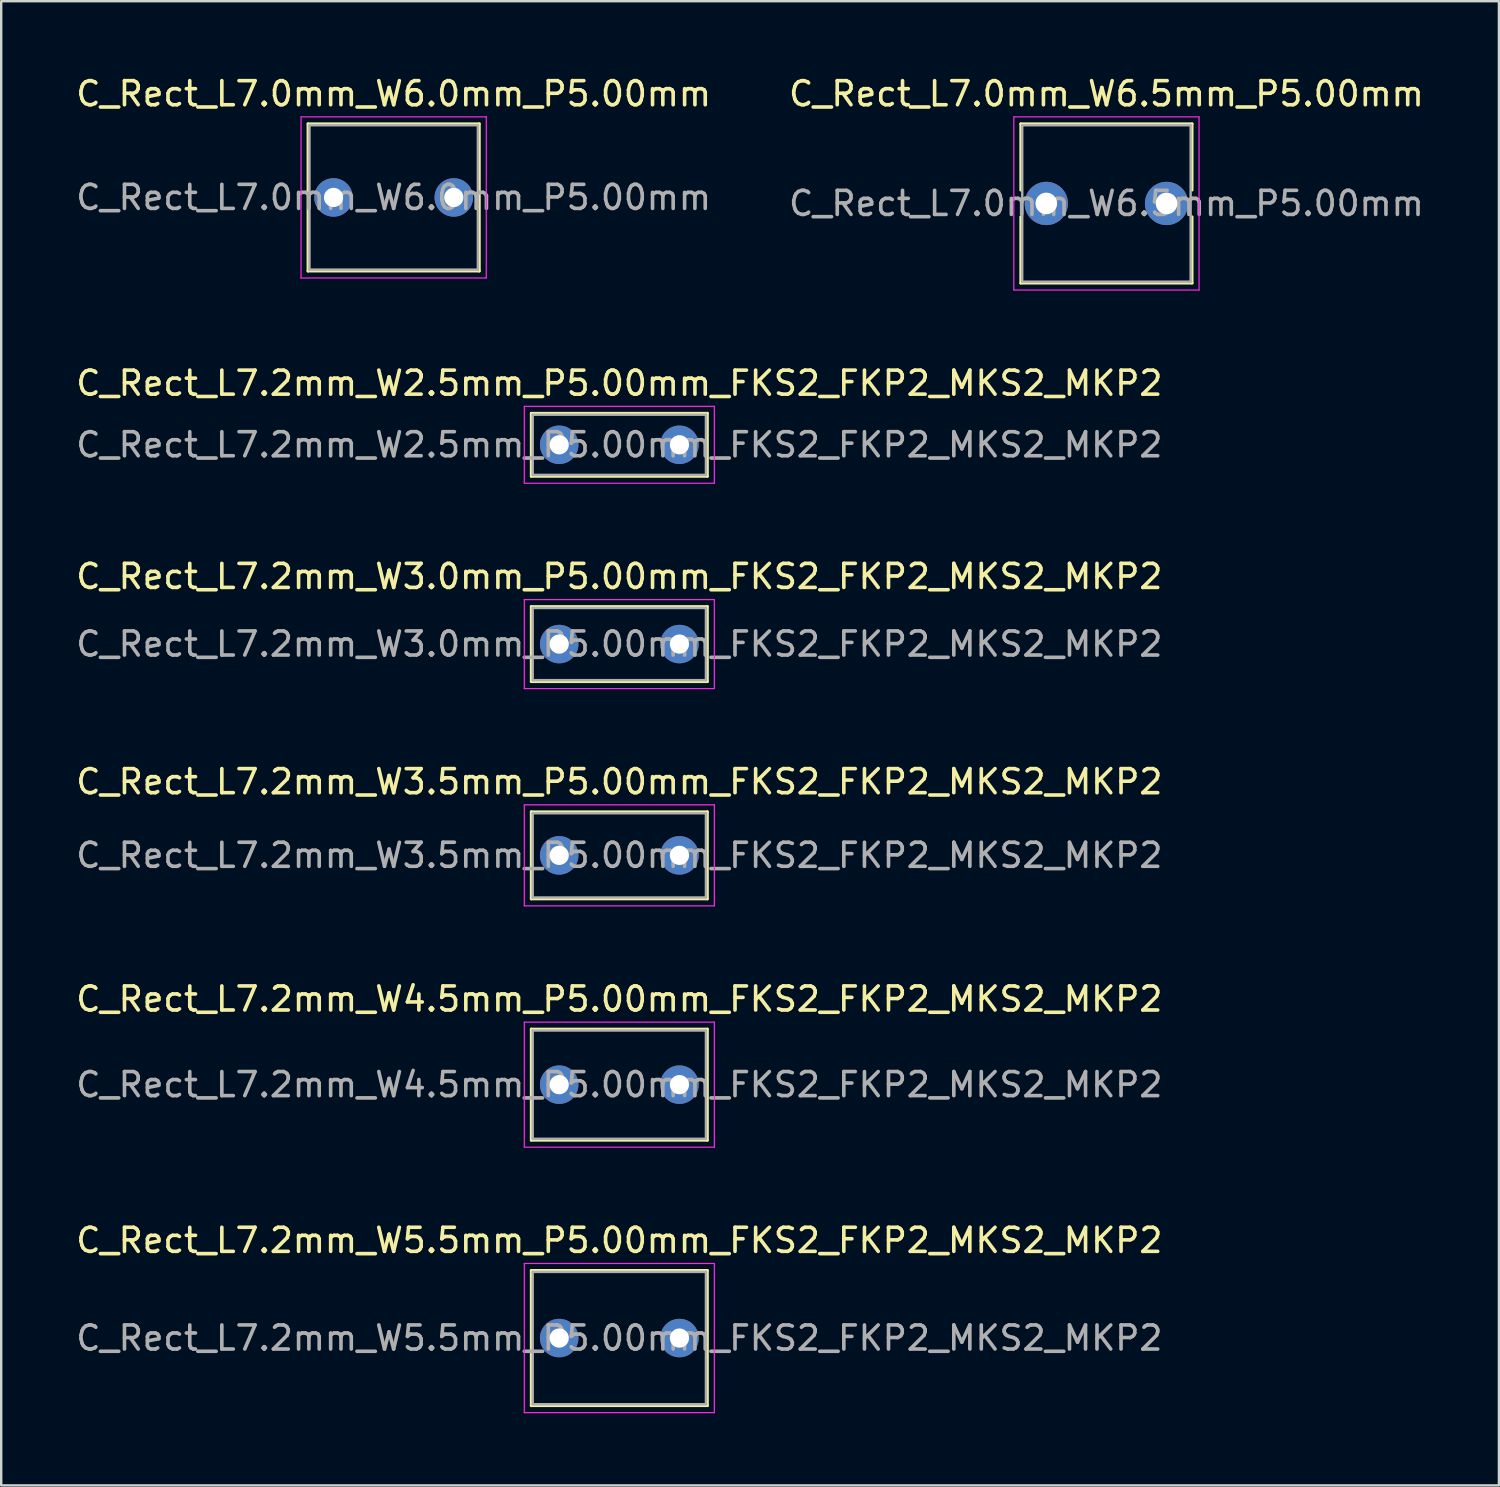
<source format=kicad_pcb>
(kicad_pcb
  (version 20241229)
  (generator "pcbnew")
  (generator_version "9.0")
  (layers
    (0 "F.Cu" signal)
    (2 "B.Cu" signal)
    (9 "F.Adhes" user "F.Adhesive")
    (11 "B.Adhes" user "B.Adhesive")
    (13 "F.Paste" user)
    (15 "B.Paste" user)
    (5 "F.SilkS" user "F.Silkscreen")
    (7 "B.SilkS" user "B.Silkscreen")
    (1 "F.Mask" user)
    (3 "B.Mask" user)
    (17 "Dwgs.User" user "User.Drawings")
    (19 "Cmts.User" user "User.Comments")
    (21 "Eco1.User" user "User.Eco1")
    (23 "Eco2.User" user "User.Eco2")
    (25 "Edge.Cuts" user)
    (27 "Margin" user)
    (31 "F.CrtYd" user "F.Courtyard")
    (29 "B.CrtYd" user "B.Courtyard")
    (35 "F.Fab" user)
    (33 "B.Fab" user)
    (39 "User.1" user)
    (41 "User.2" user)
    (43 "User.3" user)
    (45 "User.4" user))
  (footprint "C_Rect_L7.2mm_W3.0mm_P5.00mm_FKS2_FKP2_MKS2_MKP2"
    (layer "F.Cu")
    (at 20.196 23.725)
    (property "Reference" "C_Rect_L7.2mm_W3.0mm_P5.00mm_FKS2_FKP2_MKS2_MKP2" (at 2.5 -2.81 0) (layer "F.SilkS") (effects (font (size 1 1) (thickness 0.15))))
    (attr through_hole)
    (fp_line (start -1.16 -1.56) (end -1.16 1.56) (stroke (width 0.12) (type solid)) (layer "F.SilkS"))
    (fp_line (start -1.16 -1.56) (end 6.16 -1.56) (stroke (width 0.12) (type solid)) (layer "F.SilkS"))
    (fp_line (start -1.16 1.56) (end 6.16 1.56) (stroke (width 0.12) (type solid)) (layer "F.SilkS"))
    (fp_line (start 6.16 -1.56) (end 6.16 1.56) (stroke (width 0.12) (type solid)) (layer "F.SilkS"))
    (fp_line (start -1.45 -1.85) (end -1.45 1.85) (stroke (width 0.05) (type solid)) (layer "F.CrtYd"))
    (fp_line (start -1.45 1.85) (end 6.45 1.85) (stroke (width 0.05) (type solid)) (layer "F.CrtYd"))
    (fp_line (start 6.45 -1.85) (end -1.45 -1.85) (stroke (width 0.05) (type solid)) (layer "F.CrtYd"))
    (fp_line (start 6.45 1.85) (end 6.45 -1.85) (stroke (width 0.05) (type solid)) (layer "F.CrtYd"))
    (fp_line (start -1.1 -1.5) (end -1.1 1.5) (stroke (width 0.1) (type solid)) (layer "F.Fab"))
    (fp_line (start -1.1 1.5) (end 6.1 1.5) (stroke (width 0.1) (type solid)) (layer "F.Fab"))
    (fp_line (start 6.1 -1.5) (end -1.1 -1.5) (stroke (width 0.1) (type solid)) (layer "F.Fab"))
    (fp_line (start 6.1 1.5) (end 6.1 -1.5) (stroke (width 0.1) (type solid)) (layer "F.Fab"))
    (fp_text user "${REFERENCE}" (at 2.5 0 0) (layer "F.Fab") (effects (font (size 1 1) (thickness 0.15))))
    (pad "1" thru_hole circle (at 0 0) (size 1.6 1.6) (drill 0.8) (layers "*.Cu" "*.Mask"))
    (pad "2" thru_hole circle (at 5 0) (size 1.6 1.6) (drill 0.8) (layers "*.Cu" "*.Mask")))
  (footprint "C_Rect_L7.2mm_W4.5mm_P5.00mm_FKS2_FKP2_MKS2_MKP2"
    (layer "F.Cu")
    (at 20.196 42.041)
    (property "Reference" "C_Rect_L7.2mm_W4.5mm_P5.00mm_FKS2_FKP2_MKS2_MKP2" (at 2.5 -3.56 0) (layer "F.SilkS") (effects (font (size 1 1) (thickness 0.15))))
    (attr through_hole)
    (fp_line (start -1.16 -2.31) (end -1.16 2.31) (stroke (width 0.12) (type solid)) (layer "F.SilkS"))
    (fp_line (start -1.16 -2.31) (end 6.16 -2.31) (stroke (width 0.12) (type solid)) (layer "F.SilkS"))
    (fp_line (start -1.16 2.31) (end 6.16 2.31) (stroke (width 0.12) (type solid)) (layer "F.SilkS"))
    (fp_line (start 6.16 -2.31) (end 6.16 2.31) (stroke (width 0.12) (type solid)) (layer "F.SilkS"))
    (fp_line (start -1.45 -2.6) (end -1.45 2.6) (stroke (width 0.05) (type solid)) (layer "F.CrtYd"))
    (fp_line (start -1.45 2.6) (end 6.45 2.6) (stroke (width 0.05) (type solid)) (layer "F.CrtYd"))
    (fp_line (start 6.45 -2.6) (end -1.45 -2.6) (stroke (width 0.05) (type solid)) (layer "F.CrtYd"))
    (fp_line (start 6.45 2.6) (end 6.45 -2.6) (stroke (width 0.05) (type solid)) (layer "F.CrtYd"))
    (fp_line (start -1.1 -2.25) (end -1.1 2.25) (stroke (width 0.1) (type solid)) (layer "F.Fab"))
    (fp_line (start -1.1 2.25) (end 6.1 2.25) (stroke (width 0.1) (type solid)) (layer "F.Fab"))
    (fp_line (start 6.1 -2.25) (end -1.1 -2.25) (stroke (width 0.1) (type solid)) (layer "F.Fab"))
    (fp_line (start 6.1 2.25) (end 6.1 -2.25) (stroke (width 0.1) (type solid)) (layer "F.Fab"))
    (fp_text user "${REFERENCE}" (at 2.5 0 0) (layer "F.Fab") (effects (font (size 1 1) (thickness 0.15))))
    (pad "1" thru_hole circle (at 0 0) (size 1.6 1.6) (drill 0.8) (layers "*.Cu" "*.Mask"))
    (pad "2" thru_hole circle (at 5 0) (size 1.6 1.6) (drill 0.8) (layers "*.Cu" "*.Mask")))
  (footprint "C_Rect_L7.2mm_W5.5mm_P5.00mm_FKS2_FKP2_MKS2_MKP2"
    (layer "F.Cu")
    (at 20.196 52.575)
    (property "Reference" "C_Rect_L7.2mm_W5.5mm_P5.00mm_FKS2_FKP2_MKS2_MKP2" (at 2.5 -4.06 0) (layer "F.SilkS") (effects (font (size 1 1) (thickness 0.15))))
    (attr through_hole)
    (fp_line (start -1.16 -2.81) (end -1.16 2.81) (stroke (width 0.12) (type solid)) (layer "F.SilkS"))
    (fp_line (start -1.16 -2.81) (end 6.16 -2.81) (stroke (width 0.12) (type solid)) (layer "F.SilkS"))
    (fp_line (start -1.16 2.81) (end 6.16 2.81) (stroke (width 0.12) (type solid)) (layer "F.SilkS"))
    (fp_line (start 6.16 -2.81) (end 6.16 2.81) (stroke (width 0.12) (type solid)) (layer "F.SilkS"))
    (fp_line (start -1.45 -3.1) (end -1.45 3.1) (stroke (width 0.05) (type solid)) (layer "F.CrtYd"))
    (fp_line (start -1.45 3.1) (end 6.45 3.1) (stroke (width 0.05) (type solid)) (layer "F.CrtYd"))
    (fp_line (start 6.45 -3.1) (end -1.45 -3.1) (stroke (width 0.05) (type solid)) (layer "F.CrtYd"))
    (fp_line (start 6.45 3.1) (end 6.45 -3.1) (stroke (width 0.05) (type solid)) (layer "F.CrtYd"))
    (fp_line (start -1.1 -2.75) (end -1.1 2.75) (stroke (width 0.1) (type solid)) (layer "F.Fab"))
    (fp_line (start -1.1 2.75) (end 6.1 2.75) (stroke (width 0.1) (type solid)) (layer "F.Fab"))
    (fp_line (start 6.1 -2.75) (end -1.1 -2.75) (stroke (width 0.1) (type solid)) (layer "F.Fab"))
    (fp_line (start 6.1 2.75) (end 6.1 -2.75) (stroke (width 0.1) (type solid)) (layer "F.Fab"))
    (fp_text user "${REFERENCE}" (at 2.5 0 0) (layer "F.Fab") (effects (font (size 1 1) (thickness 0.15))))
    (pad "1" thru_hole circle (at 0 0) (size 1.6 1.6) (drill 0.8) (layers "*.Cu" "*.Mask"))
    (pad "2" thru_hole circle (at 5 0) (size 1.6 1.6) (drill 0.8) (layers "*.Cu" "*.Mask")))
  (footprint "C_Rect_L7.2mm_W2.5mm_P5.00mm_FKS2_FKP2_MKS2_MKP2"
    (layer "F.Cu")
    (at 20.196 15.441)
    (property "Reference" "C_Rect_L7.2mm_W2.5mm_P5.00mm_FKS2_FKP2_MKS2_MKP2" (at 2.5 -2.56 0) (layer "F.SilkS") (effects (font (size 1 1) (thickness 0.15))))
    (attr through_hole)
    (fp_line (start -1.16 -1.31) (end -1.16 1.31) (stroke (width 0.12) (type solid)) (layer "F.SilkS"))
    (fp_line (start -1.16 -1.31) (end 6.16 -1.31) (stroke (width 0.12) (type solid)) (layer "F.SilkS"))
    (fp_line (start -1.16 1.31) (end 6.16 1.31) (stroke (width 0.12) (type solid)) (layer "F.SilkS"))
    (fp_line (start 6.16 -1.31) (end 6.16 1.31) (stroke (width 0.12) (type solid)) (layer "F.SilkS"))
    (fp_line (start -1.45 -1.6) (end -1.45 1.6) (stroke (width 0.05) (type solid)) (layer "F.CrtYd"))
    (fp_line (start -1.45 1.6) (end 6.45 1.6) (stroke (width 0.05) (type solid)) (layer "F.CrtYd"))
    (fp_line (start 6.45 -1.6) (end -1.45 -1.6) (stroke (width 0.05) (type solid)) (layer "F.CrtYd"))
    (fp_line (start 6.45 1.6) (end 6.45 -1.6) (stroke (width 0.05) (type solid)) (layer "F.CrtYd"))
    (fp_line (start -1.1 -1.25) (end -1.1 1.25) (stroke (width 0.1) (type solid)) (layer "F.Fab"))
    (fp_line (start -1.1 1.25) (end 6.1 1.25) (stroke (width 0.1) (type solid)) (layer "F.Fab"))
    (fp_line (start 6.1 -1.25) (end -1.1 -1.25) (stroke (width 0.1) (type solid)) (layer "F.Fab"))
    (fp_line (start 6.1 1.25) (end 6.1 -1.25) (stroke (width 0.1) (type solid)) (layer "F.Fab"))
    (fp_text user "${REFERENCE}" (at 2.5 0 0) (layer "F.Fab") (effects (font (size 1 1) (thickness 0.15))))
    (pad "1" thru_hole circle (at 0 0) (size 1.6 1.6) (drill 0.8) (layers "*.Cu" "*.Mask"))
    (pad "2" thru_hole circle (at 5 0) (size 1.6 1.6) (drill 0.8) (layers "*.Cu" "*.Mask")))
  (footprint "C_Rect_L7.0mm_W6.5mm_P5.00mm"
    (layer "F.Cu")
    (at 40.446 5.408)
    (property "Reference" "C_Rect_L7.0mm_W6.5mm_P5.00mm" (at 2.5 -4.56 0) (layer "F.SilkS") (effects (font (size 1 1) (thickness 0.15))))
    (attr through_hole)
    (fp_line (start -1.06 -3.31) (end -1.06 -0.555) (stroke (width 0.12) (type solid)) (layer "F.SilkS"))
    (fp_line (start -1.06 -3.31) (end 6.06 -3.31) (stroke (width 0.12) (type solid)) (layer "F.SilkS"))
    (fp_line (start -1.06 0.555) (end -1.06 3.31) (stroke (width 0.12) (type solid)) (layer "F.SilkS"))
    (fp_line (start -1.06 3.31) (end 6.06 3.31) (stroke (width 0.12) (type solid)) (layer "F.SilkS"))
    (fp_line (start 6.06 -3.31) (end 6.06 -0.555) (stroke (width 0.12) (type solid)) (layer "F.SilkS"))
    (fp_line (start 6.06 0.555) (end 6.06 3.31) (stroke (width 0.12) (type solid)) (layer "F.SilkS"))
    (fp_line (start -1.35 -3.6) (end -1.35 3.6) (stroke (width 0.05) (type solid)) (layer "F.CrtYd"))
    (fp_line (start -1.35 3.6) (end 6.35 3.6) (stroke (width 0.05) (type solid)) (layer "F.CrtYd"))
    (fp_line (start 6.35 -3.6) (end -1.35 -3.6) (stroke (width 0.05) (type solid)) (layer "F.CrtYd"))
    (fp_line (start 6.35 3.6) (end 6.35 -3.6) (stroke (width 0.05) (type solid)) (layer "F.CrtYd"))
    (fp_line (start -1 -3.25) (end -1 3.25) (stroke (width 0.1) (type solid)) (layer "F.Fab"))
    (fp_line (start -1 3.25) (end 6 3.25) (stroke (width 0.1) (type solid)) (layer "F.Fab"))
    (fp_line (start 6 -3.25) (end -1 -3.25) (stroke (width 0.1) (type solid)) (layer "F.Fab"))
    (fp_line (start 6 3.25) (end 6 -3.25) (stroke (width 0.1) (type solid)) (layer "F.Fab"))
    (fp_text user "${REFERENCE}" (at 2.5 0 0) (layer "F.Fab") (effects (font (size 1 1) (thickness 0.15))))
    (pad "1" thru_hole circle (at 0 0) (size 1.8 1.8) (drill 0.9) (layers "*.Cu" "*.Mask"))
    (pad "2" thru_hole circle (at 5 0) (size 1.8 1.8) (drill 0.9) (layers "*.Cu" "*.Mask")))
  (footprint "C_Rect_L7.2mm_W3.5mm_P5.00mm_FKS2_FKP2_MKS2_MKP2"
    (layer "F.Cu")
    (at 20.196 32.508)
    (property "Reference" "C_Rect_L7.2mm_W3.5mm_P5.00mm_FKS2_FKP2_MKS2_MKP2" (at 2.5 -3.06 0) (layer "F.SilkS") (effects (font (size 1 1) (thickness 0.15))))
    (attr through_hole)
    (fp_line (start -1.16 -1.81) (end -1.16 1.81) (stroke (width 0.12) (type solid)) (layer "F.SilkS"))
    (fp_line (start -1.16 -1.81) (end 6.16 -1.81) (stroke (width 0.12) (type solid)) (layer "F.SilkS"))
    (fp_line (start -1.16 1.81) (end 6.16 1.81) (stroke (width 0.12) (type solid)) (layer "F.SilkS"))
    (fp_line (start 6.16 -1.81) (end 6.16 1.81) (stroke (width 0.12) (type solid)) (layer "F.SilkS"))
    (fp_line (start -1.45 -2.1) (end -1.45 2.1) (stroke (width 0.05) (type solid)) (layer "F.CrtYd"))
    (fp_line (start -1.45 2.1) (end 6.45 2.1) (stroke (width 0.05) (type solid)) (layer "F.CrtYd"))
    (fp_line (start 6.45 -2.1) (end -1.45 -2.1) (stroke (width 0.05) (type solid)) (layer "F.CrtYd"))
    (fp_line (start 6.45 2.1) (end 6.45 -2.1) (stroke (width 0.05) (type solid)) (layer "F.CrtYd"))
    (fp_line (start -1.1 -1.75) (end -1.1 1.75) (stroke (width 0.1) (type solid)) (layer "F.Fab"))
    (fp_line (start -1.1 1.75) (end 6.1 1.75) (stroke (width 0.1) (type solid)) (layer "F.Fab"))
    (fp_line (start 6.1 -1.75) (end -1.1 -1.75) (stroke (width 0.1) (type solid)) (layer "F.Fab"))
    (fp_line (start 6.1 1.75) (end 6.1 -1.75) (stroke (width 0.1) (type solid)) (layer "F.Fab"))
    (fp_text user "${REFERENCE}" (at 2.5 0 0) (layer "F.Fab") (effects (font (size 1 1) (thickness 0.15))))
    (pad "1" thru_hole circle (at 0 0) (size 1.6 1.6) (drill 0.8) (layers "*.Cu" "*.Mask"))
    (pad "2" thru_hole circle (at 5 0) (size 1.6 1.6) (drill 0.8) (layers "*.Cu" "*.Mask")))
  (footprint "C_Rect_L7.0mm_W6.0mm_P5.00mm"
    (layer "F.Cu")
    (at 10.815 5.158)
    (property "Reference" "C_Rect_L7.0mm_W6.0mm_P5.00mm" (at 2.5 -4.31 0) (layer "F.SilkS") (effects (font (size 1 1) (thickness 0.15))))
    (attr through_hole)
    (fp_line (start -1.06 -3.06) (end -1.06 3.06) (stroke (width 0.12) (type solid)) (layer "F.SilkS"))
    (fp_line (start -1.06 -3.06) (end 6.06 -3.06) (stroke (width 0.12) (type solid)) (layer "F.SilkS"))
    (fp_line (start -1.06 3.06) (end 6.06 3.06) (stroke (width 0.12) (type solid)) (layer "F.SilkS"))
    (fp_line (start 6.06 -3.06) (end 6.06 3.06) (stroke (width 0.12) (type solid)) (layer "F.SilkS"))
    (fp_line (start -1.35 -3.35) (end -1.35 3.35) (stroke (width 0.05) (type solid)) (layer "F.CrtYd"))
    (fp_line (start -1.35 3.35) (end 6.35 3.35) (stroke (width 0.05) (type solid)) (layer "F.CrtYd"))
    (fp_line (start 6.35 -3.35) (end -1.35 -3.35) (stroke (width 0.05) (type solid)) (layer "F.CrtYd"))
    (fp_line (start 6.35 3.35) (end 6.35 -3.35) (stroke (width 0.05) (type solid)) (layer "F.CrtYd"))
    (fp_line (start -1 -3) (end -1 3) (stroke (width 0.1) (type solid)) (layer "F.Fab"))
    (fp_line (start -1 3) (end 6 3) (stroke (width 0.1) (type solid)) (layer "F.Fab"))
    (fp_line (start 6 -3) (end -1 -3) (stroke (width 0.1) (type solid)) (layer "F.Fab"))
    (fp_line (start 6 3) (end 6 -3) (stroke (width 0.1) (type solid)) (layer "F.Fab"))
    (fp_text user "${REFERENCE}" (at 2.5 0 0) (layer "F.Fab") (effects (font (size 1 1) (thickness 0.15))))
    (pad "1" thru_hole circle (at 0 0) (size 1.6 1.6) (drill 0.8) (layers "*.Cu" "*.Mask"))
    (pad "2" thru_hole circle (at 5 0) (size 1.6 1.6) (drill 0.8) (layers "*.Cu" "*.Mask")))
  (gr_rect
    (start -3 -3)
    (end 59.262 58.7)
    (stroke (width 0.1) (type default))
    (fill no)
    (layer "Edge.Cuts")))
</source>
